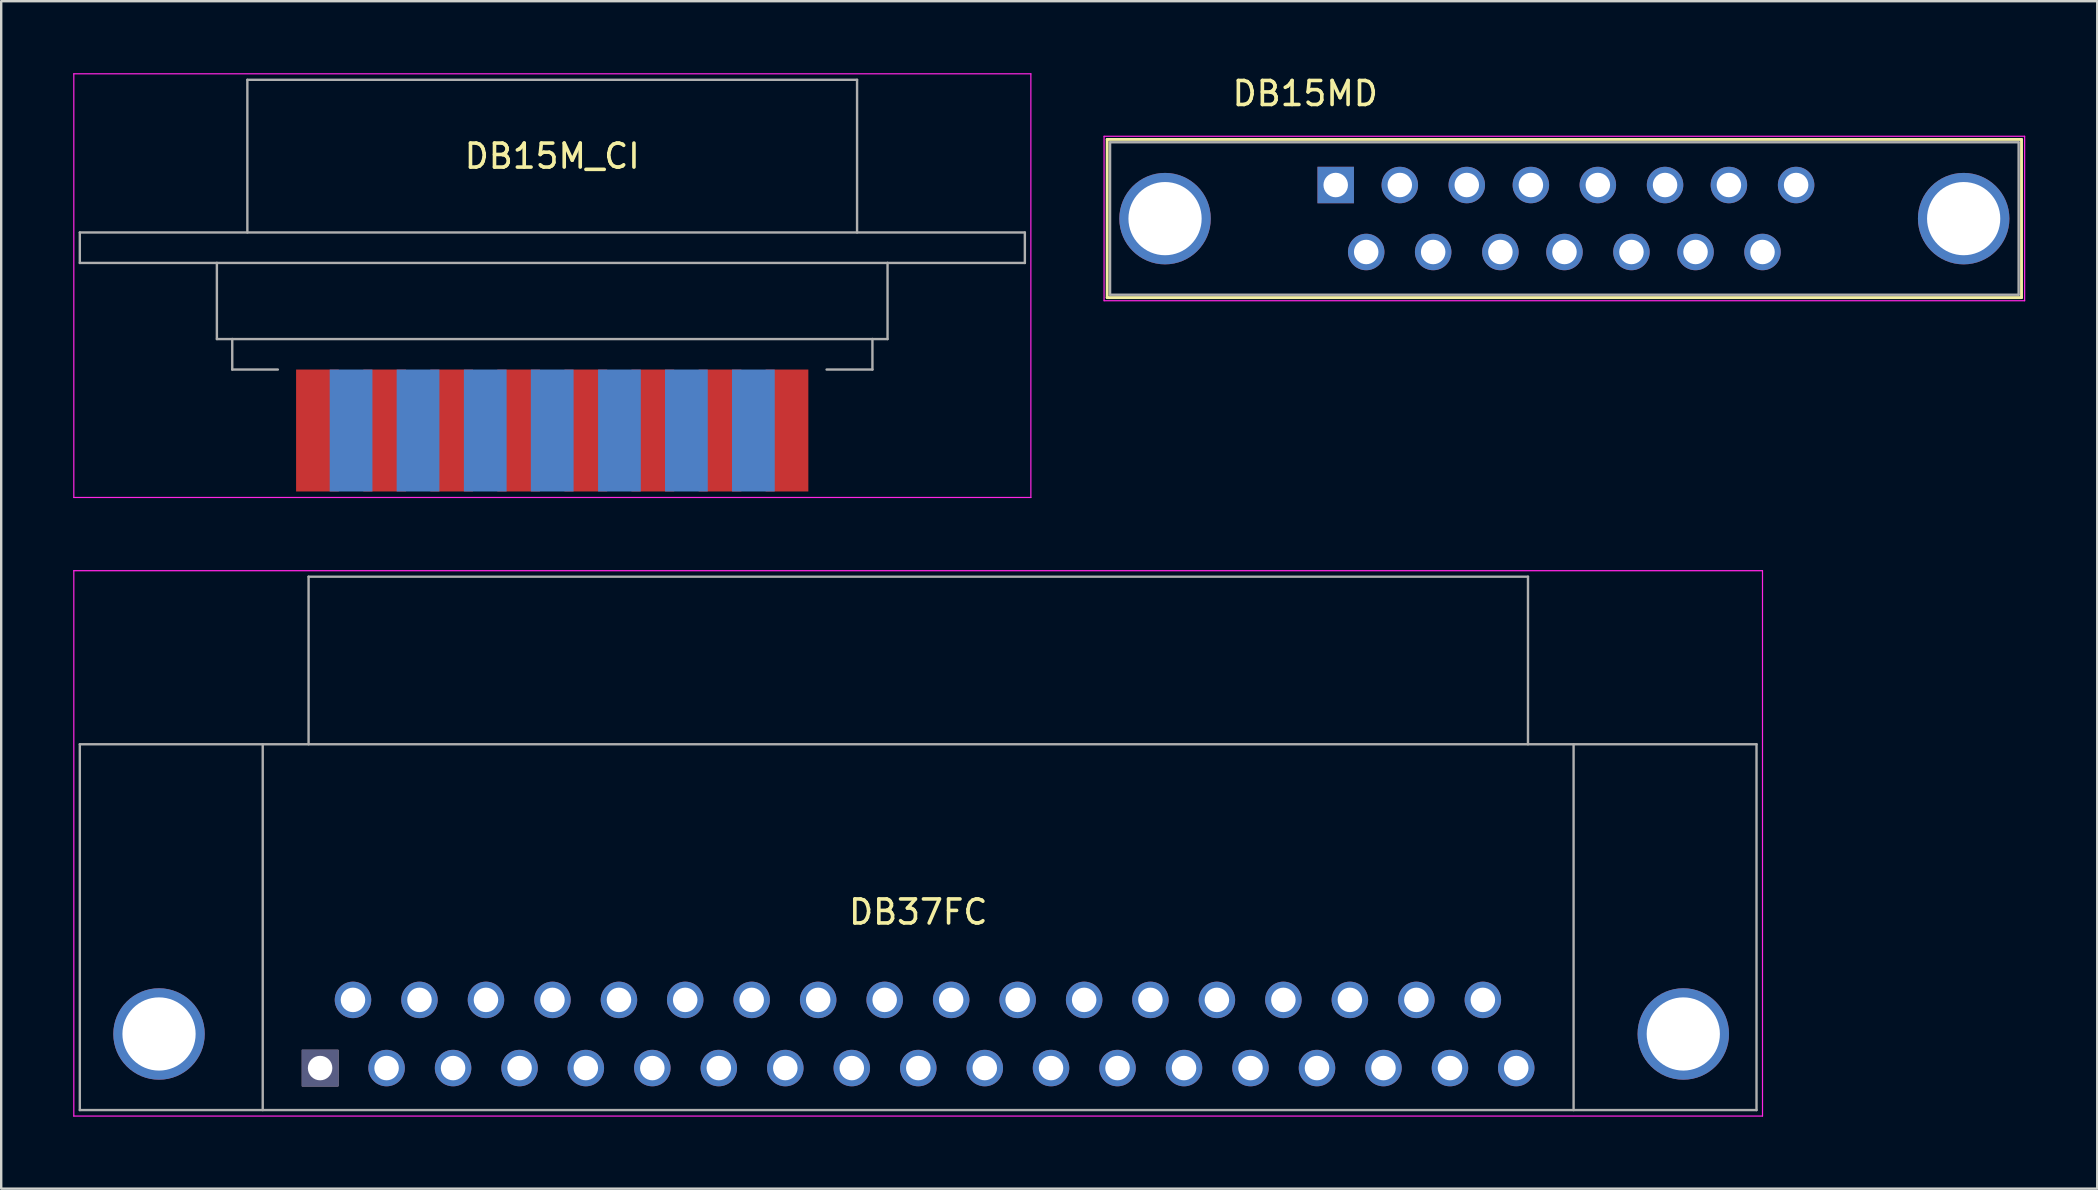
<source format=kicad_pcb>
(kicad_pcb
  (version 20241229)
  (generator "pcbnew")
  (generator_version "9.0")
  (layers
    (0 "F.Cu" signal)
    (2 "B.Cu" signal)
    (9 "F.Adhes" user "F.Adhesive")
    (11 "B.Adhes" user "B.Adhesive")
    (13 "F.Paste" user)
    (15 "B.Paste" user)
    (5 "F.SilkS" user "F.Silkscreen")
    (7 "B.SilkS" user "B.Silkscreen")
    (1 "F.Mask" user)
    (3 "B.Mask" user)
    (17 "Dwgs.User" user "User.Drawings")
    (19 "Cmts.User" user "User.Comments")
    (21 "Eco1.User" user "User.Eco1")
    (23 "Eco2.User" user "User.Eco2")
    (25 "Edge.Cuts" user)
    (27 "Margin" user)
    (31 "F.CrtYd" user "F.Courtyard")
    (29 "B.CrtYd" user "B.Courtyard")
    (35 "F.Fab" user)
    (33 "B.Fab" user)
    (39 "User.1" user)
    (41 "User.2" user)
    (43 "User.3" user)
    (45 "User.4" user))
  (footprint "DB15MD"
    (layer "F.Cu")
    (at 52.595 4.658)
    (property "Reference" "DB15MD" (at -1.27 -3.81 180) (layer "F.SilkS") (effects (font (size 1 1) (thickness 0.15))))
    (attr through_hole)
    (fp_line (start -9.52 -1.9) (end -9.52 4.69) (stroke (width 0.12) (type solid)) (layer "F.SilkS"))
    (fp_line (start -9.52 -1.9) (end 28.57 -1.9) (stroke (width 0.12) (type solid)) (layer "F.SilkS"))
    (fp_line (start 28.57 4.69) (end -9.52 4.69) (stroke (width 0.12) (type solid)) (layer "F.SilkS"))
    (fp_line (start 28.57 4.69) (end 28.57 -1.9) (stroke (width 0.12) (type solid)) (layer "F.SilkS"))
    (fp_line (start -9.65 -2.03) (end -9.65 4.82) (stroke (width 0.05) (type solid)) (layer "F.CrtYd"))
    (fp_line (start -9.65 -2.03) (end 28.7 -2.03) (stroke (width 0.05) (type solid)) (layer "F.CrtYd"))
    (fp_line (start 28.7 4.82) (end -9.65 4.82) (stroke (width 0.05) (type solid)) (layer "F.CrtYd"))
    (fp_line (start 28.7 4.82) (end 28.7 -2.03) (stroke (width 0.05) (type solid)) (layer "F.CrtYd"))
    (fp_line (start -9.4 -1.78) (end -9.4 4.57) (stroke (width 0.1) (type solid)) (layer "F.Fab"))
    (fp_line (start -9.4 4.57) (end 28.45 4.57) (stroke (width 0.1) (type solid)) (layer "F.Fab"))
    (fp_line (start 28.45 -1.78) (end -9.4 -1.78) (stroke (width 0.1) (type solid)) (layer "F.Fab"))
    (fp_line (start 28.45 4.57) (end 28.45 -1.78) (stroke (width 0.1) (type solid)) (layer "F.Fab"))
    (pad "0" thru_hole circle (at -7.11 1.4) (size 3.81 3.81) (drill 3.05) (layers "*.Cu" "*.Mask"))
    (pad "0" thru_hole circle (at 26.16 1.4) (size 3.81 3.81) (drill 3.05) (layers "*.Cu" "*.Mask"))
    (pad "1" thru_hole rect (at 0 0) (size 1.52 1.52) (drill 1.02) (layers "*.Cu" "*.Mask"))
    (pad "2" thru_hole circle (at 2.67 0) (size 1.52 1.52) (drill 1.02) (layers "*.Cu" "*.Mask"))
    (pad "3" thru_hole circle (at 5.46 0) (size 1.52 1.52) (drill 1.02) (layers "*.Cu" "*.Mask"))
    (pad "4" thru_hole circle (at 8.13 0) (size 1.52 1.52) (drill 1.02) (layers "*.Cu" "*.Mask"))
    (pad "5" thru_hole circle (at 10.92 0) (size 1.52 1.52) (drill 1.02) (layers "*.Cu" "*.Mask"))
    (pad "6" thru_hole circle (at 13.72 0) (size 1.52 1.52) (drill 1.02) (layers "*.Cu" "*.Mask"))
    (pad "7" thru_hole circle (at 16.38 0) (size 1.52 1.52) (drill 1.02) (layers "*.Cu" "*.Mask"))
    (pad "8" thru_hole circle (at 19.18 0) (size 1.52 1.52) (drill 1.02) (layers "*.Cu" "*.Mask"))
    (pad "9" thru_hole circle (at 1.27 2.79) (size 1.52 1.52) (drill 1.02) (layers "*.Cu" "*.Mask"))
    (pad "10" thru_hole circle (at 4.06 2.79) (size 1.52 1.52) (drill 1.02) (layers "*.Cu" "*.Mask"))
    (pad "11" thru_hole circle (at 6.86 2.79) (size 1.52 1.52) (drill 1.02) (layers "*.Cu" "*.Mask"))
    (pad "12" thru_hole circle (at 9.53 2.79) (size 1.52 1.52) (drill 1.02) (layers "*.Cu" "*.Mask"))
    (pad "13" thru_hole circle (at 12.32 2.79) (size 1.52 1.52) (drill 1.02) (layers "*.Cu" "*.Mask"))
    (pad "14" thru_hole circle (at 14.99 2.79) (size 1.52 1.52) (drill 1.02) (layers "*.Cu" "*.Mask"))
    (pad "15" thru_hole circle (at 17.78 2.79) (size 1.52 1.52) (drill 1.02) (layers "*.Cu" "*.Mask")))
  (footprint "DB15M_CI"
    (layer "F.Cu")
    (at 29.735 14.885)
    (property "Reference" "DB15M_CI" (at -9.78 -11.43 0) (layer "F.SilkS") (effects (font (size 1 1) (thickness 0.15))))
    (attr through_hole)
    (fp_line (start -29.71 -14.86) (end -29.71 2.79) (stroke (width 0.05) (type solid)) (layer "F.CrtYd"))
    (fp_line (start -29.71 -14.86) (end 10.16 -14.86) (stroke (width 0.05) (type solid)) (layer "F.CrtYd"))
    (fp_line (start 10.16 2.79) (end -29.71 2.79) (stroke (width 0.05) (type solid)) (layer "F.CrtYd"))
    (fp_line (start 10.16 2.79) (end 10.16 -14.86) (stroke (width 0.05) (type solid)) (layer "F.CrtYd"))
    (fp_line (start -29.46 -8.25) (end -29.46 -6.98) (stroke (width 0.1) (type solid)) (layer "F.Fab"))
    (fp_line (start -29.46 -6.98) (end -23.75 -6.98) (stroke (width 0.1) (type solid)) (layer "F.Fab"))
    (fp_line (start -23.75 -6.98) (end -23.75 -3.81) (stroke (width 0.1) (type solid)) (layer "F.Fab"))
    (fp_line (start -23.75 -3.81) (end -23.11 -3.81) (stroke (width 0.1) (type solid)) (layer "F.Fab"))
    (fp_line (start -23.11 -3.81) (end -23.11 -2.54) (stroke (width 0.1) (type solid)) (layer "F.Fab"))
    (fp_line (start -23.11 -2.54) (end -21.21 -2.54) (stroke (width 0.1) (type solid)) (layer "F.Fab"))
    (fp_line (start -22.48 -14.61) (end -22.48 -8.25) (stroke (width 0.1) (type solid)) (layer "F.Fab"))
    (fp_line (start 1.65 -2.54) (end 3.56 -2.54) (stroke (width 0.1) (type solid)) (layer "F.Fab"))
    (fp_line (start 2.92 -14.61) (end -22.48 -14.61) (stroke (width 0.1) (type solid)) (layer "F.Fab"))
    (fp_line (start 2.92 -8.25) (end 2.92 -14.61) (stroke (width 0.1) (type solid)) (layer "F.Fab"))
    (fp_line (start 3.56 -3.81) (end -23.11 -3.81) (stroke (width 0.1) (type solid)) (layer "F.Fab"))
    (fp_line (start 3.56 -3.81) (end 4.19 -3.81) (stroke (width 0.1) (type solid)) (layer "F.Fab"))
    (fp_line (start 3.56 -2.54) (end 3.56 -3.81) (stroke (width 0.1) (type solid)) (layer "F.Fab"))
    (fp_line (start 4.19 -6.98) (end -23.75 -6.98) (stroke (width 0.1) (type solid)) (layer "F.Fab"))
    (fp_line (start 4.19 -6.98) (end 9.91 -6.98) (stroke (width 0.1) (type solid)) (layer "F.Fab"))
    (fp_line (start 4.19 -3.81) (end 4.19 -6.98) (stroke (width 0.1) (type solid)) (layer "F.Fab"))
    (fp_line (start 9.91 -8.25) (end -29.46 -8.25) (stroke (width 0.1) (type solid)) (layer "F.Fab"))
    (fp_line (start 9.91 -6.98) (end 9.91 -8.25) (stroke (width 0.1) (type solid)) (layer "F.Fab"))
    (pad "1" connect rect (at 0 0 180) (size 1.78 5.08) (layers "F.Cu" "F.Mask"))
    (pad "2" connect rect (at -2.79 0 180) (size 1.78 5.08) (layers "F.Cu" "F.Mask"))
    (pad "3" connect rect (at -5.59 0 180) (size 1.78 5.08) (layers "F.Cu" "F.Mask"))
    (pad "4" connect rect (at -8.38 0 180) (size 1.78 5.08) (layers "F.Cu" "F.Mask"))
    (pad "5" connect rect (at -11.18 0 180) (size 1.78 5.08) (layers "F.Cu" "F.Mask"))
    (pad "6" connect rect (at -13.97 0 180) (size 1.78 5.08) (layers "F.Cu" "F.Mask"))
    (pad "7" connect rect (at -16.76 0 180) (size 1.78 5.08) (layers "F.Cu" "F.Mask"))
    (pad "8" connect rect (at -19.56 0 180) (size 1.78 5.08) (layers "F.Cu" "F.Mask"))
    (pad "9" connect rect (at -1.4 0 180) (size 1.78 5.08) (layers "B.Cu" "B.Mask"))
    (pad "10" connect rect (at -4.19 0 180) (size 1.78 5.08) (layers "B.Cu" "B.Mask"))
    (pad "11" connect rect (at -6.98 0 180) (size 1.78 5.08) (layers "B.Cu" "B.Mask"))
    (pad "12" connect rect (at -9.78 0 180) (size 1.78 5.08) (layers "B.Cu" "B.Mask"))
    (pad "13" connect rect (at -12.57 0 180) (size 1.78 5.08) (layers "B.Cu" "B.Mask"))
    (pad "14" connect rect (at -15.37 0 180) (size 1.78 5.08) (layers "B.Cu" "B.Mask"))
    (pad "15" connect rect (at -18.16 0 180) (size 1.78 5.08) (layers "B.Cu" "B.Mask")))
  (footprint "DB37FC"
    (layer "F.Cu")
    (at 10.285 41.445)
    (property "Reference" "DB37FC" (at 24.92 -6.5 180) (layer "F.SilkS") (effects (font (size 1 1) (thickness 0.15))))
    (attr through_hole)
    (fp_line (start -10.26 -20.72) (end -10.26 2) (stroke (width 0.05) (type solid)) (layer "F.CrtYd"))
    (fp_line (start -10.26 -20.72) (end 60.09 -20.72) (stroke (width 0.05) (type solid)) (layer "F.CrtYd"))
    (fp_line (start 60.09 2) (end -10.26 2) (stroke (width 0.05) (type solid)) (layer "F.CrtYd"))
    (fp_line (start 60.09 2) (end 60.09 -20.72) (stroke (width 0.05) (type solid)) (layer "F.CrtYd"))
    (fp_line (start -10.01 -13.49) (end 59.84 -13.49) (stroke (width 0.1) (type solid)) (layer "F.Fab"))
    (fp_line (start -10.01 1.75) (end -10.01 -13.49) (stroke (width 0.1) (type solid)) (layer "F.Fab"))
    (fp_line (start -2.39 -13.49) (end -2.39 1.75) (stroke (width 0.1) (type solid)) (layer "F.Fab"))
    (fp_line (start -0.48 -20.47) (end -0.48 -13.49) (stroke (width 0.1) (type solid)) (layer "F.Fab"))
    (fp_line (start 50.32 -20.47) (end -0.48 -20.47) (stroke (width 0.1) (type solid)) (layer "F.Fab"))
    (fp_line (start 50.32 -13.49) (end 50.32 -20.47) (stroke (width 0.1) (type solid)) (layer "F.Fab"))
    (fp_line (start 52.22 -13.49) (end 52.22 1.75) (stroke (width 0.1) (type solid)) (layer "F.Fab"))
    (fp_line (start 59.84 -13.49) (end 59.84 1.75) (stroke (width 0.1) (type solid)) (layer "F.Fab"))
    (fp_line (start 59.84 1.75) (end -10.01 1.75) (stroke (width 0.1) (type solid)) (layer "F.Fab"))
    (pad "1" thru_hole rect (at 0 0 180) (size 1.52 1.52) (drill 1.02) (layers "*.Cu" "*.Mask" "*.Fab"))
    (pad "2" thru_hole circle (at 2.77 0 180) (size 1.52 1.52) (drill 1.02) (layers "*.Cu" "*.Mask"))
    (pad "3" thru_hole circle (at 5.54 0 180) (size 1.52 1.52) (drill 1.02) (layers "*.Cu" "*.Mask"))
    (pad "4" thru_hole circle (at 8.31 0 180) (size 1.52 1.52) (drill 1.02) (layers "*.Cu" "*.Mask"))
    (pad "5" thru_hole circle (at 11.07 0 180) (size 1.52 1.52) (drill 1.02) (layers "*.Cu" "*.Mask"))
    (pad "6" thru_hole circle (at 13.84 0 180) (size 1.52 1.52) (drill 1.02) (layers "*.Cu" "*.Mask"))
    (pad "7" thru_hole circle (at 16.61 0 180) (size 1.52 1.52) (drill 1.02) (layers "*.Cu" "*.Mask"))
    (pad "8" thru_hole circle (at 19.38 0 180) (size 1.52 1.52) (drill 1.02) (layers "*.Cu" "*.Mask"))
    (pad "9" thru_hole circle (at 22.15 0 180) (size 1.52 1.52) (drill 1.02) (layers "*.Cu" "*.Mask"))
    (pad "10" thru_hole circle (at 24.92 0 180) (size 1.52 1.52) (drill 1.02) (layers "*.Cu" "*.Mask"))
    (pad "11" thru_hole circle (at 27.69 0 180) (size 1.52 1.52) (drill 1.02) (layers "*.Cu" "*.Mask"))
    (pad "12" thru_hole circle (at 30.45 0 180) (size 1.52 1.52) (drill 1.02) (layers "*.Cu" "*.Mask"))
    (pad "13" thru_hole circle (at 33.22 0 180) (size 1.52 1.52) (drill 1.02) (layers "*.Cu" "*.Mask"))
    (pad "14" thru_hole circle (at 35.99 0 180) (size 1.52 1.52) (drill 1.02) (layers "*.Cu" "*.Mask"))
    (pad "15" thru_hole circle (at 38.76 0 180) (size 1.52 1.52) (drill 1.02) (layers "*.Cu" "*.Mask"))
    (pad "16" thru_hole circle (at 41.53 0 180) (size 1.52 1.52) (drill 1.02) (layers "*.Cu" "*.Mask"))
    (pad "17" thru_hole circle (at 44.3 0 180) (size 1.52 1.52) (drill 1.02) (layers "*.Cu" "*.Mask"))
    (pad "18" thru_hole circle (at 47.07 0 180) (size 1.52 1.52) (drill 1.02) (layers "*.Cu" "*.Mask"))
    (pad "19" thru_hole circle (at 49.83 0 180) (size 1.52 1.52) (drill 1.02) (layers "*.Cu" "*.Mask"))
    (pad "20" thru_hole circle (at 1.37 -2.84 180) (size 1.52 1.52) (drill 1.02) (layers "*.Cu" "*.Mask"))
    (pad "21" thru_hole circle (at 4.14 -2.84 180) (size 1.52 1.52) (drill 1.02) (layers "*.Cu" "*.Mask"))
    (pad "22" thru_hole circle (at 6.91 -2.84 180) (size 1.52 1.52) (drill 1.02) (layers "*.Cu" "*.Mask"))
    (pad "23" thru_hole circle (at 9.68 -2.84 180) (size 1.52 1.52) (drill 1.02) (layers "*.Cu" "*.Mask"))
    (pad "24" thru_hole circle (at 12.45 -2.84 180) (size 1.52 1.52) (drill 1.02) (layers "*.Cu" "*.Mask"))
    (pad "25" thru_hole circle (at 15.21 -2.84 180) (size 1.52 1.52) (drill 1.02) (layers "*.Cu" "*.Mask"))
    (pad "26" thru_hole circle (at 17.98 -2.84 180) (size 1.52 1.52) (drill 1.02) (layers "*.Cu" "*.Mask"))
    (pad "27" thru_hole circle (at 20.75 -2.84 180) (size 1.52 1.52) (drill 1.02) (layers "*.Cu" "*.Mask"))
    (pad "28" thru_hole circle (at 23.52 -2.84 180) (size 1.52 1.52) (drill 1.02) (layers "*.Cu" "*.Mask"))
    (pad "29" thru_hole circle (at 26.29 -2.84 180) (size 1.52 1.52) (drill 1.02) (layers "*.Cu" "*.Mask"))
    (pad "30" thru_hole circle (at 29.06 -2.84 180) (size 1.52 1.52) (drill 1.02) (layers "*.Cu" "*.Mask"))
    (pad "31" thru_hole circle (at 31.83 -2.84 180) (size 1.52 1.52) (drill 1.02) (layers "*.Cu" "*.Mask"))
    (pad "32" thru_hole circle (at 34.59 -2.84 180) (size 1.52 1.52) (drill 1.02) (layers "*.Cu" "*.Mask"))
    (pad "33" thru_hole circle (at 37.36 -2.84 180) (size 1.52 1.52) (drill 1.02) (layers "*.Cu" "*.Mask"))
    (pad "34" thru_hole circle (at 40.13 -2.84 180) (size 1.52 1.52) (drill 1.02) (layers "*.Cu" "*.Mask"))
    (pad "35" thru_hole circle (at 42.9 -2.84 180) (size 1.52 1.52) (drill 1.02) (layers "*.Cu" "*.Mask"))
    (pad "36" thru_hole circle (at 45.67 -2.84 180) (size 1.52 1.52) (drill 1.02) (layers "*.Cu" "*.Mask"))
    (pad "37" thru_hole circle (at 48.44 -2.84 180) (size 1.52 1.52) (drill 1.02) (layers "*.Cu" "*.Mask"))
    (pad "?" thru_hole circle (at -6.71 -1.42 180) (size 3.81 3.81) (drill 3.05) (layers "*.Cu" "*.Mask"))
    (pad "?" thru_hole circle (at 56.79 -1.42 180) (size 3.81 3.81) (drill 3.05) (layers "*.Cu" "*.Mask")))
  (gr_rect
    (start -3 -3)
    (end 84.32 46.47)
    (stroke (width 0.1) (type default))
    (fill no)
    (layer "Edge.Cuts")))
</source>
